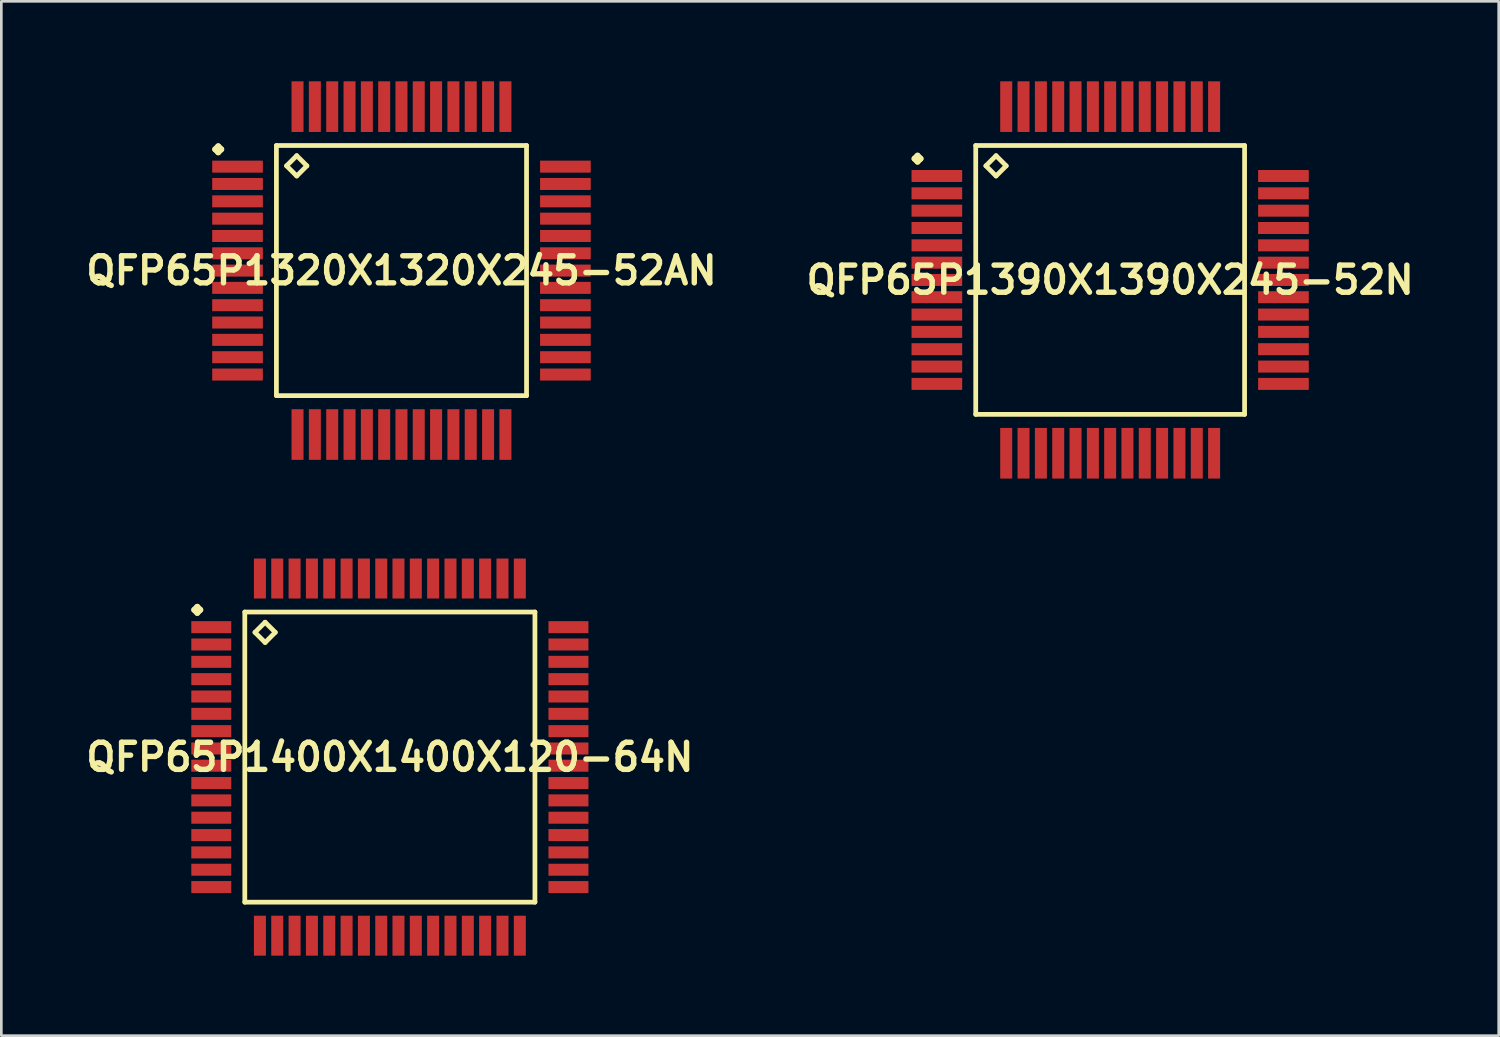
<source format=kicad_pcb>
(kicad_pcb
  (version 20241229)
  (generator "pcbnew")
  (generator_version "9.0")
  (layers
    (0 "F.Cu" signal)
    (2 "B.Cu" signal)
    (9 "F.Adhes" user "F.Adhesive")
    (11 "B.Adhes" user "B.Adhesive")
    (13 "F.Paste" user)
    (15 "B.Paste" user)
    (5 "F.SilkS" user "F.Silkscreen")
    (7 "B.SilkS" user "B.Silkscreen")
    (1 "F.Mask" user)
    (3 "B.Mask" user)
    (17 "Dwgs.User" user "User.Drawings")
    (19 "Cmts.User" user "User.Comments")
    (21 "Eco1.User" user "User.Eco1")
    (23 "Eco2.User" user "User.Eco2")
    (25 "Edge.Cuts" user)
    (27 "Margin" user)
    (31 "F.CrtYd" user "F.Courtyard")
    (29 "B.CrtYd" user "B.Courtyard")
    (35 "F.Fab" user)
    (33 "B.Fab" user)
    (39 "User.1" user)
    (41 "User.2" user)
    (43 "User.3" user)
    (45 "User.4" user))
  (footprint "QFP65P1400X1400X120-64N"
    (layer "F.Cu")
    (at 11.573 25.347)
    (property "Reference" "QFP65P1400X1400X120-64N" (at 0 0 0) (layer "F.SilkS") (effects (font (size 1.016 1.016) (thickness 0.203))))
    (attr smd)
    (fp_line (start -7.336 -5.524) (end -7.224 -5.636) (stroke (width 0.224) (type solid)) (layer "F.SilkS"))
    (fp_line (start -7.224 -5.636) (end -7.112 -5.524) (stroke (width 0.224) (type solid)) (layer "F.SilkS"))
    (fp_line (start -7.224 -5.41) (end -7.336 -5.524) (stroke (width 0.224) (type solid)) (layer "F.SilkS"))
    (fp_line (start -7.112 -5.524) (end -7.224 -5.41) (stroke (width 0.224) (type solid)) (layer "F.SilkS"))
    (fp_line (start -5.441 -5.441) (end -5.441 5.441) (stroke (width 0.178) (type solid)) (layer "F.SilkS"))
    (fp_line (start -5.441 5.441) (end 5.441 5.441) (stroke (width 0.178) (type solid)) (layer "F.SilkS"))
    (fp_line (start -5.06 -4.679) (end -4.679 -5.06) (stroke (width 0.178) (type solid)) (layer "F.SilkS"))
    (fp_line (start -4.679 -5.06) (end -4.298 -4.679) (stroke (width 0.178) (type solid)) (layer "F.SilkS"))
    (fp_line (start -4.679 -4.298) (end -5.06 -4.679) (stroke (width 0.178) (type solid)) (layer "F.SilkS"))
    (fp_line (start -4.298 -4.679) (end -4.679 -4.298) (stroke (width 0.178) (type solid)) (layer "F.SilkS"))
    (fp_line (start 5.441 -5.441) (end -5.441 -5.441) (stroke (width 0.178) (type solid)) (layer "F.SilkS"))
    (fp_line (start 5.441 5.441) (end 5.441 -5.441) (stroke (width 0.178) (type solid)) (layer "F.SilkS"))
    (pad "1" smd rect (at -6.698 -4.874) (size 1.499 0.45) (layers "F.Cu" "F.Mask" "F.Paste"))
    (pad "2" smd rect (at -6.698 -4.224) (size 1.499 0.45) (layers "F.Cu" "F.Mask" "F.Paste"))
    (pad "3" smd rect (at -6.698 -3.574) (size 1.499 0.45) (layers "F.Cu" "F.Mask" "F.Paste"))
    (pad "4" smd rect (at -6.698 -2.924) (size 1.499 0.45) (layers "F.Cu" "F.Mask" "F.Paste"))
    (pad "5" smd rect (at -6.698 -2.273) (size 1.499 0.45) (layers "F.Cu" "F.Mask" "F.Paste"))
    (pad "6" smd rect (at -6.698 -1.623) (size 1.499 0.45) (layers "F.Cu" "F.Mask" "F.Paste"))
    (pad "7" smd rect (at -6.698 -0.973) (size 1.499 0.45) (layers "F.Cu" "F.Mask" "F.Paste"))
    (pad "8" smd rect (at -6.698 -0.323) (size 1.499 0.45) (layers "F.Cu" "F.Mask" "F.Paste"))
    (pad "9" smd rect (at -6.698 0.323) (size 1.499 0.45) (layers "F.Cu" "F.Mask" "F.Paste"))
    (pad "10" smd rect (at -6.698 0.973) (size 1.499 0.45) (layers "F.Cu" "F.Mask" "F.Paste"))
    (pad "11" smd rect (at -6.698 1.623) (size 1.499 0.45) (layers "F.Cu" "F.Mask" "F.Paste"))
    (pad "12" smd rect (at -6.698 2.273) (size 1.499 0.45) (layers "F.Cu" "F.Mask" "F.Paste"))
    (pad "13" smd rect (at -6.698 2.924) (size 1.499 0.45) (layers "F.Cu" "F.Mask" "F.Paste"))
    (pad "14" smd rect (at -6.698 3.574) (size 1.499 0.45) (layers "F.Cu" "F.Mask" "F.Paste"))
    (pad "15" smd rect (at -6.698 4.224) (size 1.499 0.45) (layers "F.Cu" "F.Mask" "F.Paste"))
    (pad "16" smd rect (at -6.698 4.874) (size 1.499 0.45) (layers "F.Cu" "F.Mask" "F.Paste"))
    (pad "17" smd rect (at -4.874 6.698) (size 0.45 1.499) (layers "F.Cu" "F.Mask" "F.Paste"))
    (pad "18" smd rect (at -4.224 6.698) (size 0.45 1.499) (layers "F.Cu" "F.Mask" "F.Paste"))
    (pad "19" smd rect (at -3.574 6.698) (size 0.45 1.499) (layers "F.Cu" "F.Mask" "F.Paste"))
    (pad "20" smd rect (at -2.924 6.698) (size 0.45 1.499) (layers "F.Cu" "F.Mask" "F.Paste"))
    (pad "21" smd rect (at -2.273 6.698) (size 0.45 1.499) (layers "F.Cu" "F.Mask" "F.Paste"))
    (pad "22" smd rect (at -1.623 6.698) (size 0.45 1.499) (layers "F.Cu" "F.Mask" "F.Paste"))
    (pad "23" smd rect (at -0.973 6.698) (size 0.45 1.499) (layers "F.Cu" "F.Mask" "F.Paste"))
    (pad "24" smd rect (at -0.323 6.698) (size 0.45 1.499) (layers "F.Cu" "F.Mask" "F.Paste"))
    (pad "25" smd rect (at 0.323 6.698) (size 0.45 1.499) (layers "F.Cu" "F.Mask" "F.Paste"))
    (pad "26" smd rect (at 0.973 6.698) (size 0.45 1.499) (layers "F.Cu" "F.Mask" "F.Paste"))
    (pad "27" smd rect (at 1.623 6.698) (size 0.45 1.499) (layers "F.Cu" "F.Mask" "F.Paste"))
    (pad "28" smd rect (at 2.273 6.698) (size 0.45 1.499) (layers "F.Cu" "F.Mask" "F.Paste"))
    (pad "29" smd rect (at 2.924 6.698) (size 0.45 1.499) (layers "F.Cu" "F.Mask" "F.Paste"))
    (pad "30" smd rect (at 3.574 6.698) (size 0.45 1.499) (layers "F.Cu" "F.Mask" "F.Paste"))
    (pad "31" smd rect (at 4.224 6.698) (size 0.45 1.499) (layers "F.Cu" "F.Mask" "F.Paste"))
    (pad "32" smd rect (at 4.874 6.698) (size 0.45 1.499) (layers "F.Cu" "F.Mask" "F.Paste"))
    (pad "33" smd rect (at 6.698 4.874) (size 1.499 0.45) (layers "F.Cu" "F.Mask" "F.Paste"))
    (pad "34" smd rect (at 6.698 4.224) (size 1.499 0.45) (layers "F.Cu" "F.Mask" "F.Paste"))
    (pad "35" smd rect (at 6.698 3.574) (size 1.499 0.45) (layers "F.Cu" "F.Mask" "F.Paste"))
    (pad "36" smd rect (at 6.698 2.924) (size 1.499 0.45) (layers "F.Cu" "F.Mask" "F.Paste"))
    (pad "37" smd rect (at 6.698 2.273) (size 1.499 0.45) (layers "F.Cu" "F.Mask" "F.Paste"))
    (pad "38" smd rect (at 6.698 1.623) (size 1.499 0.45) (layers "F.Cu" "F.Mask" "F.Paste"))
    (pad "39" smd rect (at 6.698 0.973) (size 1.499 0.45) (layers "F.Cu" "F.Mask" "F.Paste"))
    (pad "40" smd rect (at 6.698 0.323) (size 1.499 0.45) (layers "F.Cu" "F.Mask" "F.Paste"))
    (pad "41" smd rect (at 6.698 -0.323) (size 1.499 0.45) (layers "F.Cu" "F.Mask" "F.Paste"))
    (pad "42" smd rect (at 6.698 -0.973) (size 1.499 0.45) (layers "F.Cu" "F.Mask" "F.Paste"))
    (pad "43" smd rect (at 6.698 -1.623) (size 1.499 0.45) (layers "F.Cu" "F.Mask" "F.Paste"))
    (pad "44" smd rect (at 6.698 -2.273) (size 1.499 0.45) (layers "F.Cu" "F.Mask" "F.Paste"))
    (pad "45" smd rect (at 6.698 -2.924) (size 1.499 0.45) (layers "F.Cu" "F.Mask" "F.Paste"))
    (pad "46" smd rect (at 6.698 -3.574) (size 1.499 0.45) (layers "F.Cu" "F.Mask" "F.Paste"))
    (pad "47" smd rect (at 6.698 -4.224) (size 1.499 0.45) (layers "F.Cu" "F.Mask" "F.Paste"))
    (pad "48" smd rect (at 6.698 -4.874) (size 1.499 0.45) (layers "F.Cu" "F.Mask" "F.Paste"))
    (pad "49" smd rect (at 4.874 -6.698) (size 0.45 1.499) (layers "F.Cu" "F.Mask" "F.Paste"))
    (pad "50" smd rect (at 4.224 -6.698) (size 0.45 1.499) (layers "F.Cu" "F.Mask" "F.Paste"))
    (pad "51" smd rect (at 3.574 -6.698) (size 0.45 1.499) (layers "F.Cu" "F.Mask" "F.Paste"))
    (pad "52" smd rect (at 2.924 -6.698) (size 0.45 1.499) (layers "F.Cu" "F.Mask" "F.Paste"))
    (pad "53" smd rect (at 2.273 -6.698) (size 0.45 1.499) (layers "F.Cu" "F.Mask" "F.Paste"))
    (pad "54" smd rect (at 1.623 -6.698) (size 0.45 1.499) (layers "F.Cu" "F.Mask" "F.Paste"))
    (pad "55" smd rect (at 0.973 -6.698) (size 0.45 1.499) (layers "F.Cu" "F.Mask" "F.Paste"))
    (pad "56" smd rect (at 0.323 -6.698) (size 0.45 1.499) (layers "F.Cu" "F.Mask" "F.Paste"))
    (pad "57" smd rect (at -0.323 -6.698) (size 0.45 1.499) (layers "F.Cu" "F.Mask" "F.Paste"))
    (pad "58" smd rect (at -0.973 -6.698) (size 0.45 1.499) (layers "F.Cu" "F.Mask" "F.Paste"))
    (pad "59" smd rect (at -1.623 -6.698) (size 0.45 1.499) (layers "F.Cu" "F.Mask" "F.Paste"))
    (pad "60" smd rect (at -2.273 -6.698) (size 0.45 1.499) (layers "F.Cu" "F.Mask" "F.Paste"))
    (pad "61" smd rect (at -2.924 -6.698) (size 0.45 1.499) (layers "F.Cu" "F.Mask" "F.Paste"))
    (pad "62" smd rect (at -3.574 -6.698) (size 0.45 1.499) (layers "F.Cu" "F.Mask" "F.Paste"))
    (pad "63" smd rect (at -4.224 -6.698) (size 0.45 1.499) (layers "F.Cu" "F.Mask" "F.Paste"))
    (pad "64" smd rect (at -4.874 -6.698) (size 0.45 1.499) (layers "F.Cu" "F.Mask" "F.Paste")))
  (footprint "QFP65P1320X1320X245-52AN"
    (layer "F.Cu")
    (at 12.008 7.099)
    (property "Reference" "QFP65P1320X1320X245-52AN" (at 0 0 0) (layer "F.SilkS") (effects (font (size 1.016 1.016) (thickness 0.203))))
    (attr smd)
    (fp_line (start -6.985 -4.549) (end -6.873 -4.661) (stroke (width 0.224) (type solid)) (layer "F.SilkS"))
    (fp_line (start -6.873 -4.661) (end -6.761 -4.549) (stroke (width 0.224) (type solid)) (layer "F.SilkS"))
    (fp_line (start -6.873 -4.437) (end -6.985 -4.549) (stroke (width 0.224) (type solid)) (layer "F.SilkS"))
    (fp_line (start -6.761 -4.549) (end -6.873 -4.437) (stroke (width 0.224) (type solid)) (layer "F.SilkS"))
    (fp_line (start -4.691 -4.691) (end -4.691 4.691) (stroke (width 0.178) (type solid)) (layer "F.SilkS"))
    (fp_line (start -4.691 4.691) (end 4.691 4.691) (stroke (width 0.178) (type solid)) (layer "F.SilkS"))
    (fp_line (start -4.31 -3.929) (end -3.929 -4.31) (stroke (width 0.178) (type solid)) (layer "F.SilkS"))
    (fp_line (start -3.929 -4.31) (end -3.548 -3.929) (stroke (width 0.178) (type solid)) (layer "F.SilkS"))
    (fp_line (start -3.929 -3.548) (end -4.31 -3.929) (stroke (width 0.178) (type solid)) (layer "F.SilkS"))
    (fp_line (start -3.548 -3.929) (end -3.929 -3.548) (stroke (width 0.178) (type solid)) (layer "F.SilkS"))
    (fp_line (start 4.691 -4.691) (end -4.691 -4.691) (stroke (width 0.178) (type solid)) (layer "F.SilkS"))
    (fp_line (start 4.691 4.691) (end 4.691 -4.691) (stroke (width 0.178) (type solid)) (layer "F.SilkS"))
    (pad "1" smd rect (at -6.149 -3.899) (size 1.9 0.45) (layers "F.Cu" "F.Mask" "F.Paste"))
    (pad "2" smd rect (at -6.149 -3.249) (size 1.9 0.45) (layers "F.Cu" "F.Mask" "F.Paste"))
    (pad "3" smd rect (at -6.149 -2.598) (size 1.9 0.45) (layers "F.Cu" "F.Mask" "F.Paste"))
    (pad "4" smd rect (at -6.149 -1.948) (size 1.9 0.45) (layers "F.Cu" "F.Mask" "F.Paste"))
    (pad "5" smd rect (at -6.149 -1.298) (size 1.9 0.45) (layers "F.Cu" "F.Mask" "F.Paste"))
    (pad "6" smd rect (at -6.149 -0.648) (size 1.9 0.45) (layers "F.Cu" "F.Mask" "F.Paste"))
    (pad "7" smd rect (at -6.149 0) (size 1.9 0.45) (layers "F.Cu" "F.Mask" "F.Paste"))
    (pad "8" smd rect (at -6.149 0.648) (size 1.9 0.45) (layers "F.Cu" "F.Mask" "F.Paste"))
    (pad "9" smd rect (at -6.149 1.298) (size 1.9 0.45) (layers "F.Cu" "F.Mask" "F.Paste"))
    (pad "10" smd rect (at -6.149 1.948) (size 1.9 0.45) (layers "F.Cu" "F.Mask" "F.Paste"))
    (pad "11" smd rect (at -6.149 2.598) (size 1.9 0.45) (layers "F.Cu" "F.Mask" "F.Paste"))
    (pad "12" smd rect (at -6.149 3.249) (size 1.9 0.45) (layers "F.Cu" "F.Mask" "F.Paste"))
    (pad "13" smd rect (at -6.149 3.899) (size 1.9 0.45) (layers "F.Cu" "F.Mask" "F.Paste"))
    (pad "14" smd rect (at -3.899 6.149) (size 0.45 1.9) (layers "F.Cu" "F.Mask" "F.Paste"))
    (pad "15" smd rect (at -3.249 6.149) (size 0.45 1.9) (layers "F.Cu" "F.Mask" "F.Paste"))
    (pad "16" smd rect (at -2.598 6.149) (size 0.45 1.9) (layers "F.Cu" "F.Mask" "F.Paste"))
    (pad "17" smd rect (at -1.948 6.149) (size 0.45 1.9) (layers "F.Cu" "F.Mask" "F.Paste"))
    (pad "18" smd rect (at -1.298 6.149) (size 0.45 1.9) (layers "F.Cu" "F.Mask" "F.Paste"))
    (pad "19" smd rect (at -0.648 6.149) (size 0.45 1.9) (layers "F.Cu" "F.Mask" "F.Paste"))
    (pad "20" smd rect (at 0 6.149) (size 0.45 1.9) (layers "F.Cu" "F.Mask" "F.Paste"))
    (pad "21" smd rect (at 0.648 6.149) (size 0.45 1.9) (layers "F.Cu" "F.Mask" "F.Paste"))
    (pad "22" smd rect (at 1.298 6.149) (size 0.45 1.9) (layers "F.Cu" "F.Mask" "F.Paste"))
    (pad "23" smd rect (at 1.948 6.149) (size 0.45 1.9) (layers "F.Cu" "F.Mask" "F.Paste"))
    (pad "24" smd rect (at 2.598 6.149) (size 0.45 1.9) (layers "F.Cu" "F.Mask" "F.Paste"))
    (pad "25" smd rect (at 3.249 6.149) (size 0.45 1.9) (layers "F.Cu" "F.Mask" "F.Paste"))
    (pad "26" smd rect (at 3.899 6.149) (size 0.45 1.9) (layers "F.Cu" "F.Mask" "F.Paste"))
    (pad "27" smd rect (at 6.149 3.899) (size 1.9 0.45) (layers "F.Cu" "F.Mask" "F.Paste"))
    (pad "28" smd rect (at 6.149 3.249) (size 1.9 0.45) (layers "F.Cu" "F.Mask" "F.Paste"))
    (pad "29" smd rect (at 6.149 2.598) (size 1.9 0.45) (layers "F.Cu" "F.Mask" "F.Paste"))
    (pad "30" smd rect (at 6.149 1.948) (size 1.9 0.45) (layers "F.Cu" "F.Mask" "F.Paste"))
    (pad "31" smd rect (at 6.149 1.298) (size 1.9 0.45) (layers "F.Cu" "F.Mask" "F.Paste"))
    (pad "32" smd rect (at 6.149 0.648) (size 1.9 0.45) (layers "F.Cu" "F.Mask" "F.Paste"))
    (pad "33" smd rect (at 6.149 0) (size 1.9 0.45) (layers "F.Cu" "F.Mask" "F.Paste"))
    (pad "34" smd rect (at 6.149 -0.648) (size 1.9 0.45) (layers "F.Cu" "F.Mask" "F.Paste"))
    (pad "35" smd rect (at 6.149 -1.298) (size 1.9 0.45) (layers "F.Cu" "F.Mask" "F.Paste"))
    (pad "36" smd rect (at 6.149 -1.948) (size 1.9 0.45) (layers "F.Cu" "F.Mask" "F.Paste"))
    (pad "37" smd rect (at 6.149 -2.598) (size 1.9 0.45) (layers "F.Cu" "F.Mask" "F.Paste"))
    (pad "38" smd rect (at 6.149 -3.249) (size 1.9 0.45) (layers "F.Cu" "F.Mask" "F.Paste"))
    (pad "39" smd rect (at 6.149 -3.899) (size 1.9 0.45) (layers "F.Cu" "F.Mask" "F.Paste"))
    (pad "40" smd rect (at 3.899 -6.149) (size 0.45 1.9) (layers "F.Cu" "F.Mask" "F.Paste"))
    (pad "41" smd rect (at 3.249 -6.149) (size 0.45 1.9) (layers "F.Cu" "F.Mask" "F.Paste"))
    (pad "42" smd rect (at 2.598 -6.149) (size 0.45 1.9) (layers "F.Cu" "F.Mask" "F.Paste"))
    (pad "43" smd rect (at 1.948 -6.149) (size 0.45 1.9) (layers "F.Cu" "F.Mask" "F.Paste"))
    (pad "44" smd rect (at 1.298 -6.149) (size 0.45 1.9) (layers "F.Cu" "F.Mask" "F.Paste"))
    (pad "45" smd rect (at 0.648 -6.149) (size 0.45 1.9) (layers "F.Cu" "F.Mask" "F.Paste"))
    (pad "46" smd rect (at 0 -6.149) (size 0.45 1.9) (layers "F.Cu" "F.Mask" "F.Paste"))
    (pad "47" smd rect (at -0.648 -6.149) (size 0.45 1.9) (layers "F.Cu" "F.Mask" "F.Paste"))
    (pad "48" smd rect (at -1.298 -6.149) (size 0.45 1.9) (layers "F.Cu" "F.Mask" "F.Paste"))
    (pad "49" smd rect (at -1.948 -6.149) (size 0.45 1.9) (layers "F.Cu" "F.Mask" "F.Paste"))
    (pad "50" smd rect (at -2.598 -6.149) (size 0.45 1.9) (layers "F.Cu" "F.Mask" "F.Paste"))
    (pad "51" smd rect (at -3.249 -6.149) (size 0.45 1.9) (layers "F.Cu" "F.Mask" "F.Paste"))
    (pad "52" smd rect (at -3.899 -6.149) (size 0.45 1.9) (layers "F.Cu" "F.Mask" "F.Paste")))
  (footprint "QFP65P1390X1390X245-52N"
    (layer "F.Cu")
    (at 38.589 7.45)
    (property "Reference" "QFP65P1390X1390X245-52N" (at 0 0 0) (layer "F.SilkS") (effects (font (size 1.016 1.016) (thickness 0.203))))
    (attr smd)
    (fp_line (start -7.336 -4.549) (end -7.224 -4.661) (stroke (width 0.224) (type solid)) (layer "F.SilkS"))
    (fp_line (start -7.224 -4.661) (end -7.112 -4.549) (stroke (width 0.224) (type solid)) (layer "F.SilkS"))
    (fp_line (start -7.224 -4.437) (end -7.336 -4.549) (stroke (width 0.224) (type solid)) (layer "F.SilkS"))
    (fp_line (start -7.112 -4.549) (end -7.224 -4.437) (stroke (width 0.224) (type solid)) (layer "F.SilkS"))
    (fp_line (start -5.042 -5.042) (end -5.042 5.042) (stroke (width 0.178) (type solid)) (layer "F.SilkS"))
    (fp_line (start -5.042 5.042) (end 5.042 5.042) (stroke (width 0.178) (type solid)) (layer "F.SilkS"))
    (fp_line (start -4.661 -4.28) (end -4.28 -4.661) (stroke (width 0.178) (type solid)) (layer "F.SilkS"))
    (fp_line (start -4.28 -4.661) (end -3.899 -4.28) (stroke (width 0.178) (type solid)) (layer "F.SilkS"))
    (fp_line (start -4.28 -3.899) (end -4.661 -4.28) (stroke (width 0.178) (type solid)) (layer "F.SilkS"))
    (fp_line (start -3.899 -4.28) (end -4.28 -3.899) (stroke (width 0.178) (type solid)) (layer "F.SilkS"))
    (fp_line (start 5.042 -5.042) (end -5.042 -5.042) (stroke (width 0.178) (type solid)) (layer "F.SilkS"))
    (fp_line (start 5.042 5.042) (end 5.042 -5.042) (stroke (width 0.178) (type solid)) (layer "F.SilkS"))
    (pad "1" smd rect (at -6.5 -3.899) (size 1.9 0.45) (layers "F.Cu" "F.Mask" "F.Paste"))
    (pad "2" smd rect (at -6.5 -3.249) (size 1.9 0.45) (layers "F.Cu" "F.Mask" "F.Paste"))
    (pad "3" smd rect (at -6.5 -2.598) (size 1.9 0.45) (layers "F.Cu" "F.Mask" "F.Paste"))
    (pad "4" smd rect (at -6.5 -1.948) (size 1.9 0.45) (layers "F.Cu" "F.Mask" "F.Paste"))
    (pad "5" smd rect (at -6.5 -1.298) (size 1.9 0.45) (layers "F.Cu" "F.Mask" "F.Paste"))
    (pad "6" smd rect (at -6.5 -0.648) (size 1.9 0.45) (layers "F.Cu" "F.Mask" "F.Paste"))
    (pad "7" smd rect (at -6.5 0) (size 1.9 0.45) (layers "F.Cu" "F.Mask" "F.Paste"))
    (pad "8" smd rect (at -6.5 0.648) (size 1.9 0.45) (layers "F.Cu" "F.Mask" "F.Paste"))
    (pad "9" smd rect (at -6.5 1.298) (size 1.9 0.45) (layers "F.Cu" "F.Mask" "F.Paste"))
    (pad "10" smd rect (at -6.5 1.948) (size 1.9 0.45) (layers "F.Cu" "F.Mask" "F.Paste"))
    (pad "11" smd rect (at -6.5 2.598) (size 1.9 0.45) (layers "F.Cu" "F.Mask" "F.Paste"))
    (pad "12" smd rect (at -6.5 3.249) (size 1.9 0.45) (layers "F.Cu" "F.Mask" "F.Paste"))
    (pad "13" smd rect (at -6.5 3.899) (size 1.9 0.45) (layers "F.Cu" "F.Mask" "F.Paste"))
    (pad "14" smd rect (at -3.899 6.5) (size 0.45 1.9) (layers "F.Cu" "F.Mask" "F.Paste"))
    (pad "15" smd rect (at -3.249 6.5) (size 0.45 1.9) (layers "F.Cu" "F.Mask" "F.Paste"))
    (pad "16" smd rect (at -2.598 6.5) (size 0.45 1.9) (layers "F.Cu" "F.Mask" "F.Paste"))
    (pad "17" smd rect (at -1.948 6.5) (size 0.45 1.9) (layers "F.Cu" "F.Mask" "F.Paste"))
    (pad "18" smd rect (at -1.298 6.5) (size 0.45 1.9) (layers "F.Cu" "F.Mask" "F.Paste"))
    (pad "19" smd rect (at -0.648 6.5) (size 0.45 1.9) (layers "F.Cu" "F.Mask" "F.Paste"))
    (pad "20" smd rect (at 0 6.5) (size 0.45 1.9) (layers "F.Cu" "F.Mask" "F.Paste"))
    (pad "21" smd rect (at 0.648 6.5) (size 0.45 1.9) (layers "F.Cu" "F.Mask" "F.Paste"))
    (pad "22" smd rect (at 1.298 6.5) (size 0.45 1.9) (layers "F.Cu" "F.Mask" "F.Paste"))
    (pad "23" smd rect (at 1.948 6.5) (size 0.45 1.9) (layers "F.Cu" "F.Mask" "F.Paste"))
    (pad "24" smd rect (at 2.598 6.5) (size 0.45 1.9) (layers "F.Cu" "F.Mask" "F.Paste"))
    (pad "25" smd rect (at 3.249 6.5) (size 0.45 1.9) (layers "F.Cu" "F.Mask" "F.Paste"))
    (pad "26" smd rect (at 3.899 6.5) (size 0.45 1.9) (layers "F.Cu" "F.Mask" "F.Paste"))
    (pad "27" smd rect (at 6.5 3.899) (size 1.9 0.45) (layers "F.Cu" "F.Mask" "F.Paste"))
    (pad "28" smd rect (at 6.5 3.249) (size 1.9 0.45) (layers "F.Cu" "F.Mask" "F.Paste"))
    (pad "29" smd rect (at 6.5 2.598) (size 1.9 0.45) (layers "F.Cu" "F.Mask" "F.Paste"))
    (pad "30" smd rect (at 6.5 1.948) (size 1.9 0.45) (layers "F.Cu" "F.Mask" "F.Paste"))
    (pad "31" smd rect (at 6.5 1.298) (size 1.9 0.45) (layers "F.Cu" "F.Mask" "F.Paste"))
    (pad "32" smd rect (at 6.5 0.648) (size 1.9 0.45) (layers "F.Cu" "F.Mask" "F.Paste"))
    (pad "33" smd rect (at 6.5 0) (size 1.9 0.45) (layers "F.Cu" "F.Mask" "F.Paste"))
    (pad "34" smd rect (at 6.5 -0.648) (size 1.9 0.45) (layers "F.Cu" "F.Mask" "F.Paste"))
    (pad "35" smd rect (at 6.5 -1.298) (size 1.9 0.45) (layers "F.Cu" "F.Mask" "F.Paste"))
    (pad "36" smd rect (at 6.5 -1.948) (size 1.9 0.45) (layers "F.Cu" "F.Mask" "F.Paste"))
    (pad "37" smd rect (at 6.5 -2.598) (size 1.9 0.45) (layers "F.Cu" "F.Mask" "F.Paste"))
    (pad "38" smd rect (at 6.5 -3.249) (size 1.9 0.45) (layers "F.Cu" "F.Mask" "F.Paste"))
    (pad "39" smd rect (at 6.5 -3.899) (size 1.9 0.45) (layers "F.Cu" "F.Mask" "F.Paste"))
    (pad "40" smd rect (at 3.899 -6.5) (size 0.45 1.9) (layers "F.Cu" "F.Mask" "F.Paste"))
    (pad "41" smd rect (at 3.249 -6.5) (size 0.45 1.9) (layers "F.Cu" "F.Mask" "F.Paste"))
    (pad "42" smd rect (at 2.598 -6.5) (size 0.45 1.9) (layers "F.Cu" "F.Mask" "F.Paste"))
    (pad "43" smd rect (at 1.948 -6.5) (size 0.45 1.9) (layers "F.Cu" "F.Mask" "F.Paste"))
    (pad "44" smd rect (at 1.298 -6.5) (size 0.45 1.9) (layers "F.Cu" "F.Mask" "F.Paste"))
    (pad "45" smd rect (at 0.648 -6.5) (size 0.45 1.9) (layers "F.Cu" "F.Mask" "F.Paste"))
    (pad "46" smd rect (at 0 -6.5) (size 0.45 1.9) (layers "F.Cu" "F.Mask" "F.Paste"))
    (pad "47" smd rect (at -0.648 -6.5) (size 0.45 1.9) (layers "F.Cu" "F.Mask" "F.Paste"))
    (pad "48" smd rect (at -1.298 -6.5) (size 0.45 1.9) (layers "F.Cu" "F.Mask" "F.Paste"))
    (pad "49" smd rect (at -1.948 -6.5) (size 0.45 1.9) (layers "F.Cu" "F.Mask" "F.Paste"))
    (pad "50" smd rect (at -2.598 -6.5) (size 0.45 1.9) (layers "F.Cu" "F.Mask" "F.Paste"))
    (pad "51" smd rect (at -3.249 -6.5) (size 0.45 1.9) (layers "F.Cu" "F.Mask" "F.Paste"))
    (pad "52" smd rect (at -3.899 -6.5) (size 0.45 1.9) (layers "F.Cu" "F.Mask" "F.Paste")))
  (gr_rect
    (start -3 -3)
    (end 53.162 35.794)
    (stroke (width 0.1) (type default))
    (fill no)
    (layer "Edge.Cuts")))
</source>
